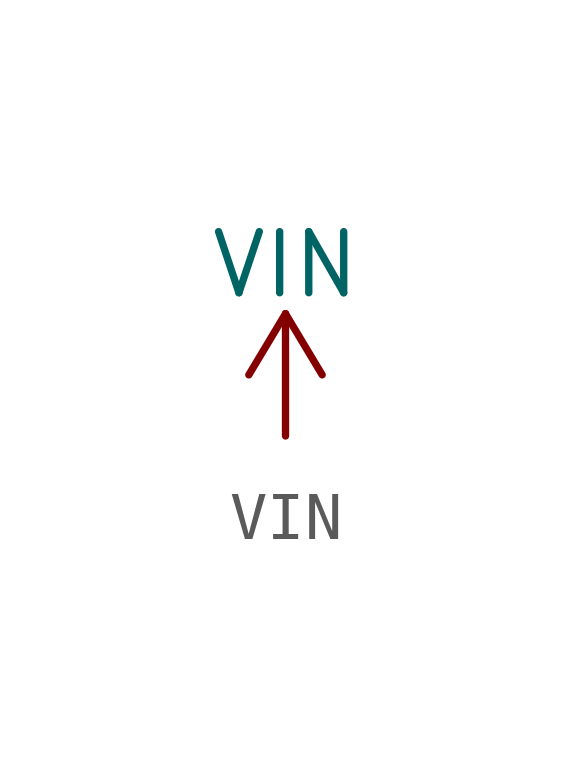
<source format=kicad_sym>
(kicad_symbol_lib
  (version 20211014)
  (generator kicad_symbol_editor)
  (symbol "VIN"
    (power)
    (pin_names
      (offset 0))
    (property "Reference" "#PWR"
      (at 4.826 -1.524 0)
      (effects (font (size 1.27 1.27)) hide))
    (property "Value" "VIN"
      (at 0 3.556 0)
      (effects (font (size 1.27 1.27))))
    (symbol "VIN_0_1"
      (polyline (pts (xy -0.762 1.27) (xy 0 2.54)) (stroke (width 0) (type default) (color 0 0 0 0)) (fill (type none)))
      (polyline (pts (xy 0 0) (xy 0 2.54)) (stroke (width 0) (type default) (color 0 0 0 0)) (fill (type none)))
      (polyline (pts (xy 0 2.54) (xy 0.762 1.27)) (stroke (width 0) (type default) (color 0 0 0 0)) (fill (type none))))
    (symbol "VIN_1_1"
      (pin power_in line (at 0 0 90) (length 0) hide (name "+3V3" (effects (font (size 1.27 1.27)))) (number "1" (effects (font (size 1.27 1.27))))))))
</source>
